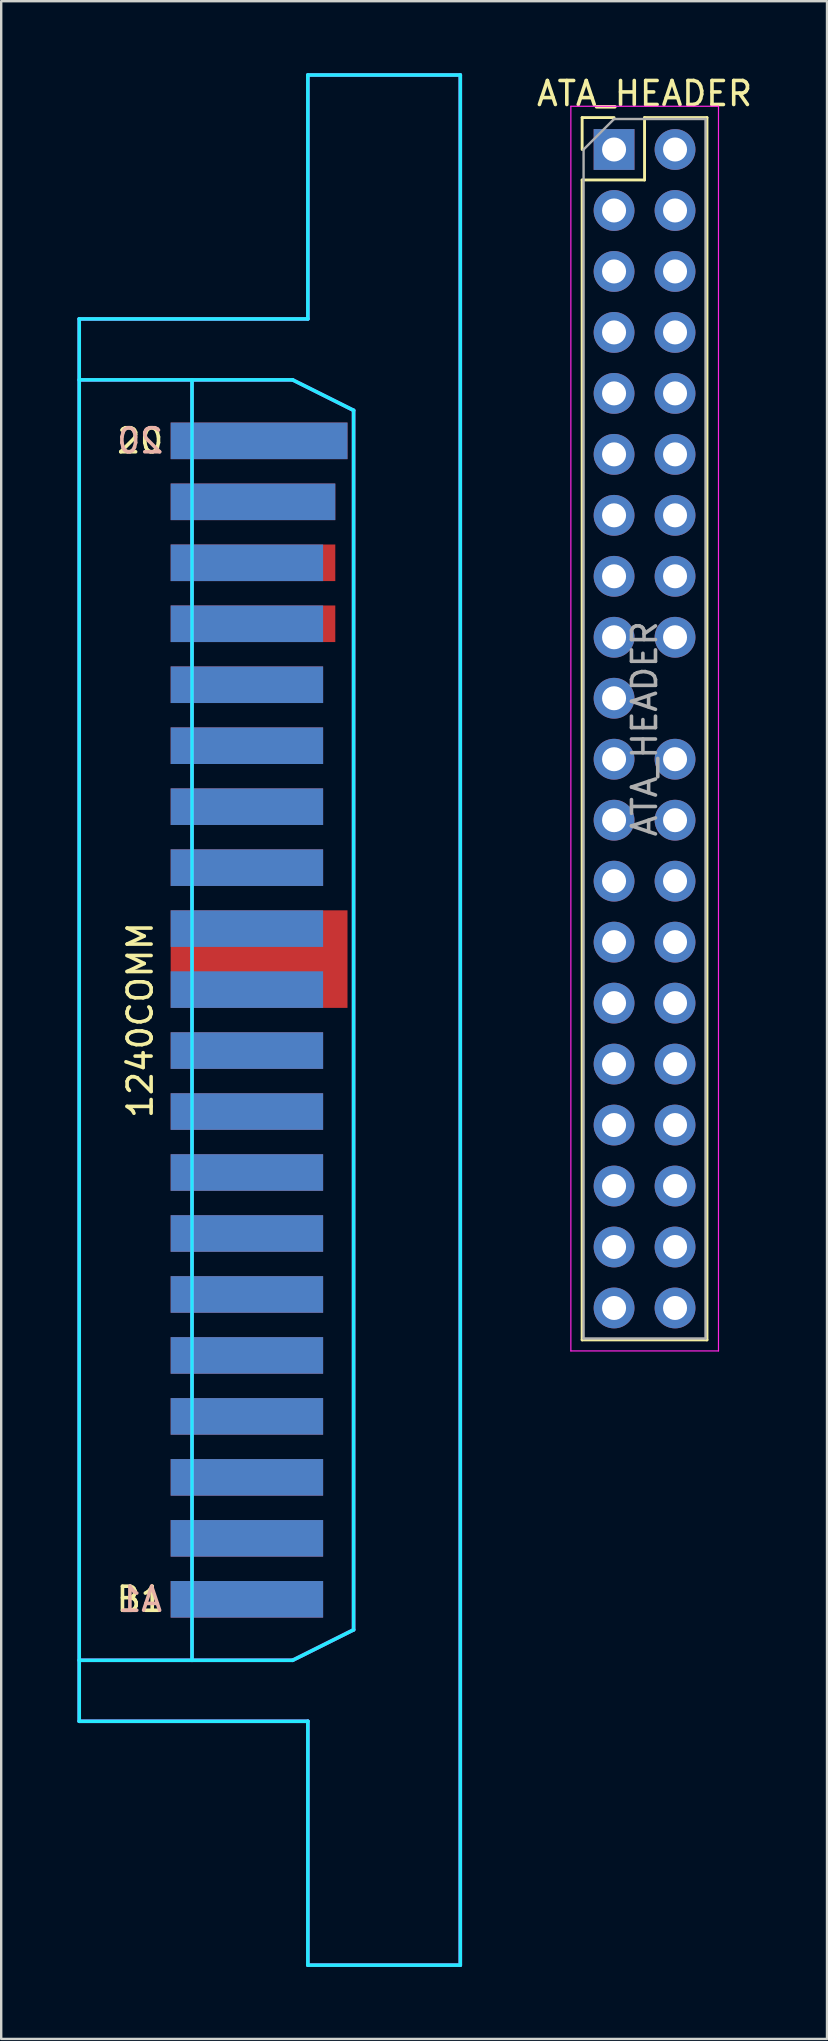
<source format=kicad_pcb>
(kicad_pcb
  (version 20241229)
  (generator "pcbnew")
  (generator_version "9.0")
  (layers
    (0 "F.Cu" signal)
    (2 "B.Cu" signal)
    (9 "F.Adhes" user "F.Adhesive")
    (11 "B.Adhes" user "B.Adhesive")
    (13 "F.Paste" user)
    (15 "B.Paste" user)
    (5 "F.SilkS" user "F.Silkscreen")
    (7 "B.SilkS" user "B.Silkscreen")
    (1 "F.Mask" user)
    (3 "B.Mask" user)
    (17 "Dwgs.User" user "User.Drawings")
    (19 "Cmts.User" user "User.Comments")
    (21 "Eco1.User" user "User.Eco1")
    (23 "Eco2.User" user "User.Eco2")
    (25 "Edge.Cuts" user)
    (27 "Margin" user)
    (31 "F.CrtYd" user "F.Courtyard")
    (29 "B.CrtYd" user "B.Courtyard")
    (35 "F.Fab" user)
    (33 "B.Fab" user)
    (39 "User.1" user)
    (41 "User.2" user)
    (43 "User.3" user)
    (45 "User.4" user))
  (footprint "ATA_HEADER"
    (layer "F.Cu")
    (at 22.531 3.178)
    (property "Reference" "ATA_HEADER" (at 1.27 -2.33 0) (layer "F.SilkS") (effects (font (size 1 1) (thickness 0.15))))
    (attr through_hole)
    (fp_line (start -1.33 -1.33) (end 0 -1.33) (stroke (width 0.12) (type solid)) (layer "F.SilkS"))
    (fp_line (start -1.33 0) (end -1.33 -1.33) (stroke (width 0.12) (type solid)) (layer "F.SilkS"))
    (fp_line (start -1.33 1.27) (end -1.33 49.59) (stroke (width 0.12) (type solid)) (layer "F.SilkS"))
    (fp_line (start -1.33 1.27) (end 1.27 1.27) (stroke (width 0.12) (type solid)) (layer "F.SilkS"))
    (fp_line (start -1.33 49.59) (end 3.87 49.59) (stroke (width 0.12) (type solid)) (layer "F.SilkS"))
    (fp_line (start 1.27 -1.33) (end 3.87 -1.33) (stroke (width 0.12) (type solid)) (layer "F.SilkS"))
    (fp_line (start 1.27 1.27) (end 1.27 -1.33) (stroke (width 0.12) (type solid)) (layer "F.SilkS"))
    (fp_line (start 3.87 -1.33) (end 3.87 49.59) (stroke (width 0.12) (type solid)) (layer "F.SilkS"))
    (fp_line (start -1.8 -1.8) (end -1.8 50.05) (stroke (width 0.05) (type solid)) (layer "F.CrtYd"))
    (fp_line (start -1.8 50.05) (end 4.35 50.05) (stroke (width 0.05) (type solid)) (layer "F.CrtYd"))
    (fp_line (start 4.35 -1.8) (end -1.8 -1.8) (stroke (width 0.05) (type solid)) (layer "F.CrtYd"))
    (fp_line (start 4.35 50.05) (end 4.35 -1.8) (stroke (width 0.05) (type solid)) (layer "F.CrtYd"))
    (fp_line (start -1.27 0) (end 0 -1.27) (stroke (width 0.1) (type solid)) (layer "F.Fab"))
    (fp_line (start -1.27 49.53) (end -1.27 0) (stroke (width 0.1) (type solid)) (layer "F.Fab"))
    (fp_line (start 0 -1.27) (end 3.81 -1.27) (stroke (width 0.1) (type solid)) (layer "F.Fab"))
    (fp_line (start 3.81 -1.27) (end 3.81 49.53) (stroke (width 0.1) (type solid)) (layer "F.Fab"))
    (fp_line (start 3.81 49.53) (end -1.27 49.53) (stroke (width 0.1) (type solid)) (layer "F.Fab"))
    (fp_text user "${REFERENCE}" (at 1.27 24.13 90) (layer "F.Fab") (effects (font (size 1 1) (thickness 0.15))))
    (pad "1" thru_hole rect (at 0 0) (size 1.7 1.7) (drill 1) (layers "*.Cu" "*.Mask"))
    (pad "2" thru_hole oval (at 2.54 0) (size 1.7 1.7) (drill 1) (layers "*.Cu" "*.Mask"))
    (pad "3" thru_hole oval (at 0 2.54) (size 1.7 1.7) (drill 1) (layers "*.Cu" "*.Mask"))
    (pad "4" thru_hole oval (at 2.54 2.54) (size 1.7 1.7) (drill 1) (layers "*.Cu" "*.Mask"))
    (pad "5" thru_hole oval (at 0 5.08) (size 1.7 1.7) (drill 1) (layers "*.Cu" "*.Mask"))
    (pad "6" thru_hole oval (at 2.54 5.08) (size 1.7 1.7) (drill 1) (layers "*.Cu" "*.Mask"))
    (pad "7" thru_hole oval (at 0 7.62) (size 1.7 1.7) (drill 1) (layers "*.Cu" "*.Mask"))
    (pad "8" thru_hole oval (at 2.54 7.62) (size 1.7 1.7) (drill 1) (layers "*.Cu" "*.Mask"))
    (pad "9" thru_hole oval (at 0 10.16) (size 1.7 1.7) (drill 1) (layers "*.Cu" "*.Mask"))
    (pad "10" thru_hole oval (at 2.54 10.16) (size 1.7 1.7) (drill 1) (layers "*.Cu" "*.Mask"))
    (pad "11" thru_hole oval (at 0 12.7) (size 1.7 1.7) (drill 1) (layers "*.Cu" "*.Mask"))
    (pad "12" thru_hole oval (at 2.54 12.7) (size 1.7 1.7) (drill 1) (layers "*.Cu" "*.Mask"))
    (pad "13" thru_hole oval (at 0 15.24) (size 1.7 1.7) (drill 1) (layers "*.Cu" "*.Mask"))
    (pad "14" thru_hole oval (at 2.54 15.24) (size 1.7 1.7) (drill 1) (layers "*.Cu" "*.Mask"))
    (pad "15" thru_hole oval (at 0 17.78) (size 1.7 1.7) (drill 1) (layers "*.Cu" "*.Mask"))
    (pad "16" thru_hole oval (at 2.54 17.78) (size 1.7 1.7) (drill 1) (layers "*.Cu" "*.Mask"))
    (pad "17" thru_hole oval (at 0 20.32) (size 1.7 1.7) (drill 1) (layers "*.Cu" "*.Mask"))
    (pad "18" thru_hole oval (at 2.54 20.32) (size 1.7 1.7) (drill 1) (layers "*.Cu" "*.Mask"))
    (pad "19" thru_hole oval (at 0 22.86) (size 1.7 1.7) (drill 1) (layers "*.Cu" "*.Mask"))
    (pad "21" thru_hole oval (at 0 25.4) (size 1.7 1.7) (drill 1) (layers "*.Cu" "*.Mask"))
    (pad "22" thru_hole oval (at 2.54 25.4) (size 1.7 1.7) (drill 1) (layers "*.Cu" "*.Mask"))
    (pad "23" thru_hole oval (at 0 27.94) (size 1.7 1.7) (drill 1) (layers "*.Cu" "*.Mask"))
    (pad "24" thru_hole oval (at 2.54 27.94) (size 1.7 1.7) (drill 1) (layers "*.Cu" "*.Mask"))
    (pad "25" thru_hole oval (at 0 30.48) (size 1.7 1.7) (drill 1) (layers "*.Cu" "*.Mask"))
    (pad "26" thru_hole oval (at 2.54 30.48) (size 1.7 1.7) (drill 1) (layers "*.Cu" "*.Mask"))
    (pad "27" thru_hole oval (at 0 33.02) (size 1.7 1.7) (drill 1) (layers "*.Cu" "*.Mask"))
    (pad "28" thru_hole oval (at 2.54 33.02) (size 1.7 1.7) (drill 1) (layers "*.Cu" "*.Mask"))
    (pad "29" thru_hole oval (at 0 35.56) (size 1.7 1.7) (drill 1) (layers "*.Cu" "*.Mask"))
    (pad "30" thru_hole oval (at 2.54 35.56) (size 1.7 1.7) (drill 1) (layers "*.Cu" "*.Mask"))
    (pad "31" thru_hole oval (at 0 38.1) (size 1.7 1.7) (drill 1) (layers "*.Cu" "*.Mask"))
    (pad "32" thru_hole oval (at 2.54 38.1) (size 1.7 1.7) (drill 1) (layers "*.Cu" "*.Mask"))
    (pad "33" thru_hole oval (at 0 40.64) (size 1.7 1.7) (drill 1) (layers "*.Cu" "*.Mask"))
    (pad "34" thru_hole oval (at 2.54 40.64) (size 1.7 1.7) (drill 1) (layers "*.Cu" "*.Mask"))
    (pad "35" thru_hole oval (at 0 43.18) (size 1.7 1.7) (drill 1) (layers "*.Cu" "*.Mask"))
    (pad "36" thru_hole oval (at 2.54 43.18) (size 1.7 1.7) (drill 1) (layers "*.Cu" "*.Mask"))
    (pad "37" thru_hole oval (at 0 45.72) (size 1.7 1.7) (drill 1) (layers "*.Cu" "*.Mask"))
    (pad "38" thru_hole oval (at 2.54 45.72) (size 1.7 1.7) (drill 1) (layers "*.Cu" "*.Mask"))
    (pad "39" thru_hole oval (at 0 48.26) (size 1.7 1.7) (drill 1) (layers "*.Cu" "*.Mask"))
    (pad "40" thru_hole oval (at 2.54 48.26) (size 1.7 1.7) (drill 1) (layers "*.Cu" "*.Mask")))
  (footprint "1240COMM"
    (layer "F.Cu")
    (at 0.25 39.445)
    (property "Reference" "1240COMM" (at 2.54 0 90) (layer "F.SilkS") (effects (font (size 1 1) (thickness 0.15))))
    (attr through_hole)
    (fp_line (start 0 -29.21) (end 0 29.21) (stroke (width 0.15) (type solid)) (layer "B.CrtYd"))
    (fp_line (start 0 -29.21) (end 9.525 -29.21) (stroke (width 0.15) (type solid)) (layer "B.CrtYd"))
    (fp_line (start 0 -26.67) (end 8.89 -26.67) (stroke (width 0.15) (type solid)) (layer "B.CrtYd"))
    (fp_line (start 4.699 26.67) (end 0 26.67) (stroke (width 0.15) (type solid)) (layer "B.CrtYd"))
    (fp_line (start 4.699 26.67) (end 4.699 -26.67) (stroke (width 0.15) (type solid)) (layer "B.CrtYd"))
    (fp_line (start 8.89 -26.67) (end 11.43 -25.4) (stroke (width 0.15) (type solid)) (layer "B.CrtYd"))
    (fp_line (start 8.89 26.67) (end 4.699 26.67) (stroke (width 0.15) (type solid)) (layer "B.CrtYd"))
    (fp_line (start 9.525 -39.37) (end 15.875 -39.37) (stroke (width 0.15) (type solid)) (layer "B.CrtYd"))
    (fp_line (start 9.525 -29.21) (end 9.525 -39.37) (stroke (width 0.15) (type solid)) (layer "B.CrtYd"))
    (fp_line (start 9.525 29.21) (end 0 29.21) (stroke (width 0.15) (type solid)) (layer "B.CrtYd"))
    (fp_line (start 9.525 39.37) (end 9.525 29.21) (stroke (width 0.15) (type solid)) (layer "B.CrtYd"))
    (fp_line (start 11.43 25.4) (end 8.89 26.67) (stroke (width 0.15) (type solid)) (layer "B.CrtYd"))
    (fp_line (start 11.43 25.4) (end 11.43 -25.4) (stroke (width 0.15) (type solid)) (layer "B.CrtYd"))
    (fp_line (start 15.875 -39.37) (end 15.875 39.37) (stroke (width 0.15) (type solid)) (layer "B.CrtYd"))
    (fp_line (start 15.875 39.37) (end 9.525 39.37) (stroke (width 0.15) (type solid)) (layer "B.CrtYd"))
    (fp_line (start 0 -26.67) (end 8.89 -26.67) (stroke (width 0.15) (type solid)) (layer "F.CrtYd"))
    (fp_line (start 0 29.21) (end 0 -29.21) (stroke (width 0.15) (type solid)) (layer "F.CrtYd"))
    (fp_line (start 0 29.21) (end 9.525 29.21) (stroke (width 0.15) (type solid)) (layer "F.CrtYd"))
    (fp_line (start 4.699 26.67) (end 4.699 -26.67) (stroke (width 0.15) (type solid)) (layer "F.CrtYd"))
    (fp_line (start 8.89 -26.67) (end 11.43 -25.4) (stroke (width 0.15) (type solid)) (layer "F.CrtYd"))
    (fp_line (start 8.89 26.67) (end 0 26.67) (stroke (width 0.15) (type solid)) (layer "F.CrtYd"))
    (fp_line (start 9.525 -39.37) (end 15.875 -39.37) (stroke (width 0.15) (type solid)) (layer "F.CrtYd"))
    (fp_line (start 9.525 -29.21) (end 0 -29.21) (stroke (width 0.15) (type solid)) (layer "F.CrtYd"))
    (fp_line (start 9.525 -29.21) (end 9.525 -39.37) (stroke (width 0.15) (type solid)) (layer "F.CrtYd"))
    (fp_line (start 9.525 39.37) (end 9.525 29.21) (stroke (width 0.15) (type solid)) (layer "F.CrtYd"))
    (fp_line (start 9.525 39.37) (end 15.875 39.37) (stroke (width 0.15) (type solid)) (layer "F.CrtYd"))
    (fp_line (start 11.43 -25.4) (end 11.43 25.4) (stroke (width 0.15) (type solid)) (layer "F.CrtYd"))
    (fp_line (start 11.43 25.4) (end 8.89 26.67) (stroke (width 0.15) (type solid)) (layer "F.CrtYd"))
    (fp_line (start 15.875 39.37) (end 15.875 -39.37) (stroke (width 0.15) (type solid)) (layer "F.CrtYd"))
    (fp_text user "B1" (at 2.54 24.13 0) (layer "F.SilkS") (effects (font (size 1 1) (thickness 0.15))))
    (fp_text user "20" (at 2.54 -24.13 0) (layer "F.SilkS") (effects (font (size 1 1) (thickness 0.15))))
    (fp_text user "A1" (at 2.54 24.13 0) (layer "B.SilkS") (effects (font (size 1 1) (thickness 0.15)) (justify mirror)))
    (fp_text user "20" (at 2.54 -24.13 0) (layer "B.SilkS") (effects (font (size 1 1) (thickness 0.15)) (justify mirror)))
    (pad "A1" connect rect (at 3.81 24.13) (size 6.35 1.524) (drill (offset 3.175 0)) (layers "B.Cu" "B.Mask"))
    (pad "A2" connect rect (at 3.81 21.59) (size 6.35 1.524) (drill (offset 3.175 0)) (layers "B.Cu" "B.Mask"))
    (pad "A3" connect rect (at 3.81 19.05) (size 6.35 1.524) (drill (offset 3.175 0)) (layers "B.Cu" "B.Mask"))
    (pad "A4" connect rect (at 3.81 16.51) (size 6.35 1.524) (drill (offset 3.175 0)) (layers "B.Cu" "B.Mask"))
    (pad "A5" connect rect (at 3.81 13.97) (size 6.35 1.524) (drill (offset 3.175 0)) (layers "B.Cu" "B.Mask"))
    (pad "A6" connect rect (at 3.81 11.43) (size 6.35 1.524) (drill (offset 3.175 0)) (layers "B.Cu" "B.Mask"))
    (pad "A7" connect rect (at 3.81 8.89) (size 6.35 1.524) (drill (offset 3.175 0)) (layers "B.Cu" "B.Mask"))
    (pad "A8" connect rect (at 3.81 6.35) (size 6.35 1.524) (drill (offset 3.175 0)) (layers "B.Cu" "B.Mask"))
    (pad "A9" connect rect (at 3.81 3.81) (size 6.35 1.524) (drill (offset 3.175 0)) (layers "B.Cu" "B.Mask"))
    (pad "A10" connect rect (at 3.81 1.27) (size 6.35 1.524) (drill (offset 3.175 0)) (layers "B.Cu" "B.Mask"))
    (pad "A11" connect rect (at 3.81 -1.27) (size 6.35 1.524) (drill (offset 3.175 0)) (layers "B.Cu" "B.Mask"))
    (pad "A12" connect rect (at 3.81 -3.81) (size 6.35 1.524) (drill (offset 3.175 0)) (layers "B.Cu" "B.Mask"))
    (pad "A13" connect rect (at 3.81 -6.35) (size 6.35 1.524) (drill (offset 3.175 0)) (layers "B.Cu" "B.Mask"))
    (pad "A14" connect rect (at 3.81 -8.89) (size 6.35 1.524) (drill (offset 3.175 0)) (layers "B.Cu" "B.Mask"))
    (pad "A15" connect rect (at 3.81 -11.43) (size 6.35 1.524) (drill (offset 3.175 0)) (layers "B.Cu" "B.Mask"))
    (pad "A16" connect rect (at 3.81 -13.97) (size 6.35 1.524) (drill (offset 3.175 0)) (layers "B.Cu" "B.Mask"))
    (pad "A17" connect rect (at 3.81 -16.51) (size 6.35 1.524) (drill (offset 3.175 0)) (layers "B.Cu" "B.Mask"))
    (pad "A18" connect rect (at 3.81 -19.05) (size 6.35 1.524) (drill (offset 3.175 0)) (layers "B.Cu" "B.Mask"))
    (pad "A19" connect rect (at 3.81 -21.59) (size 6.858 1.524) (drill (offset 3.429 0)) (layers "B.Cu" "B.Mask"))
    (pad "A20" connect rect (at 3.81 -24.13) (size 7.366 1.524) (drill (offset 3.683 0)) (layers "B.Cu" "B.Mask"))
    (pad "B1" connect rect (at 3.81 24.13) (size 6.35 1.524) (drill (offset 3.175 0)) (layers "F.Cu" "F.Mask"))
    (pad "B2" connect rect (at 3.81 21.59) (size 6.35 1.524) (drill (offset 3.175 0)) (layers "F.Cu" "F.Mask"))
    (pad "B3" connect rect (at 3.81 19.05) (size 6.35 1.524) (drill (offset 3.175 0)) (layers "F.Cu" "F.Mask"))
    (pad "B4" connect rect (at 3.81 16.51) (size 6.35 1.524) (drill (offset 3.175 0)) (layers "F.Cu" "F.Mask"))
    (pad "B5" connect rect (at 3.81 13.97) (size 6.35 1.524) (drill (offset 3.175 0)) (layers "F.Cu" "F.Mask"))
    (pad "B6" connect rect (at 3.81 11.43) (size 6.35 1.524) (drill (offset 3.175 0)) (layers "F.Cu" "F.Mask"))
    (pad "B7" connect rect (at 3.81 8.89) (size 6.35 1.524) (drill (offset 3.175 0)) (layers "F.Cu" "F.Mask"))
    (pad "B8" connect rect (at 3.81 6.35) (size 6.35 1.524) (drill (offset 3.175 0)) (layers "F.Cu" "F.Mask"))
    (pad "B9" connect rect (at 3.81 3.81) (size 6.35 1.524) (drill (offset 3.175 0)) (layers "F.Cu" "F.Mask"))
    (pad "B10" connect rect (at 3.81 1.27) (size 6.35 1.524) (drill (offset 3.175 0)) (layers "F.Cu" "F.Mask"))
    (pad "B11" connect rect (at 3.81 -2.54) (size 7.366 4.064) (drill (offset 3.683 0)) (layers "F.Cu" "F.Mask"))
    (pad "B13" connect rect (at 3.81 -6.35) (size 6.35 1.524) (drill (offset 3.175 0)) (layers "F.Cu" "F.Mask"))
    (pad "B14" connect rect (at 3.81 -8.89) (size 6.35 1.524) (drill (offset 3.175 0)) (layers "F.Cu" "F.Mask"))
    (pad "B15" connect rect (at 3.81 -11.43) (size 6.35 1.524) (drill (offset 3.175 0)) (layers "F.Cu" "F.Mask"))
    (pad "B16" connect rect (at 3.81 -13.97) (size 6.35 1.524) (drill (offset 3.175 0)) (layers "F.Cu" "F.Mask"))
    (pad "B17" connect rect (at 3.81 -16.51) (size 6.858 1.524) (drill (offset 3.429 0)) (layers "F.Cu" "F.Mask"))
    (pad "B18" connect rect (at 3.81 -19.05) (size 6.858 1.524) (drill (offset 3.429 0)) (layers "F.Cu" "F.Mask"))
    (pad "B19" connect rect (at 3.81 -21.59) (size 6.858 1.524) (drill (offset 3.429 0)) (layers "F.Cu" "F.Mask"))
    (pad "B20" connect rect (at 3.81 -24.13) (size 7.366 1.524) (drill (offset 3.683 0)) (layers "F.Cu" "F.Mask")))
  (gr_rect
    (start -3 -3)
    (end 31.402 81.89)
    (stroke (width 0.1) (type default))
    (fill no)
    (layer "Edge.Cuts")))
</source>
